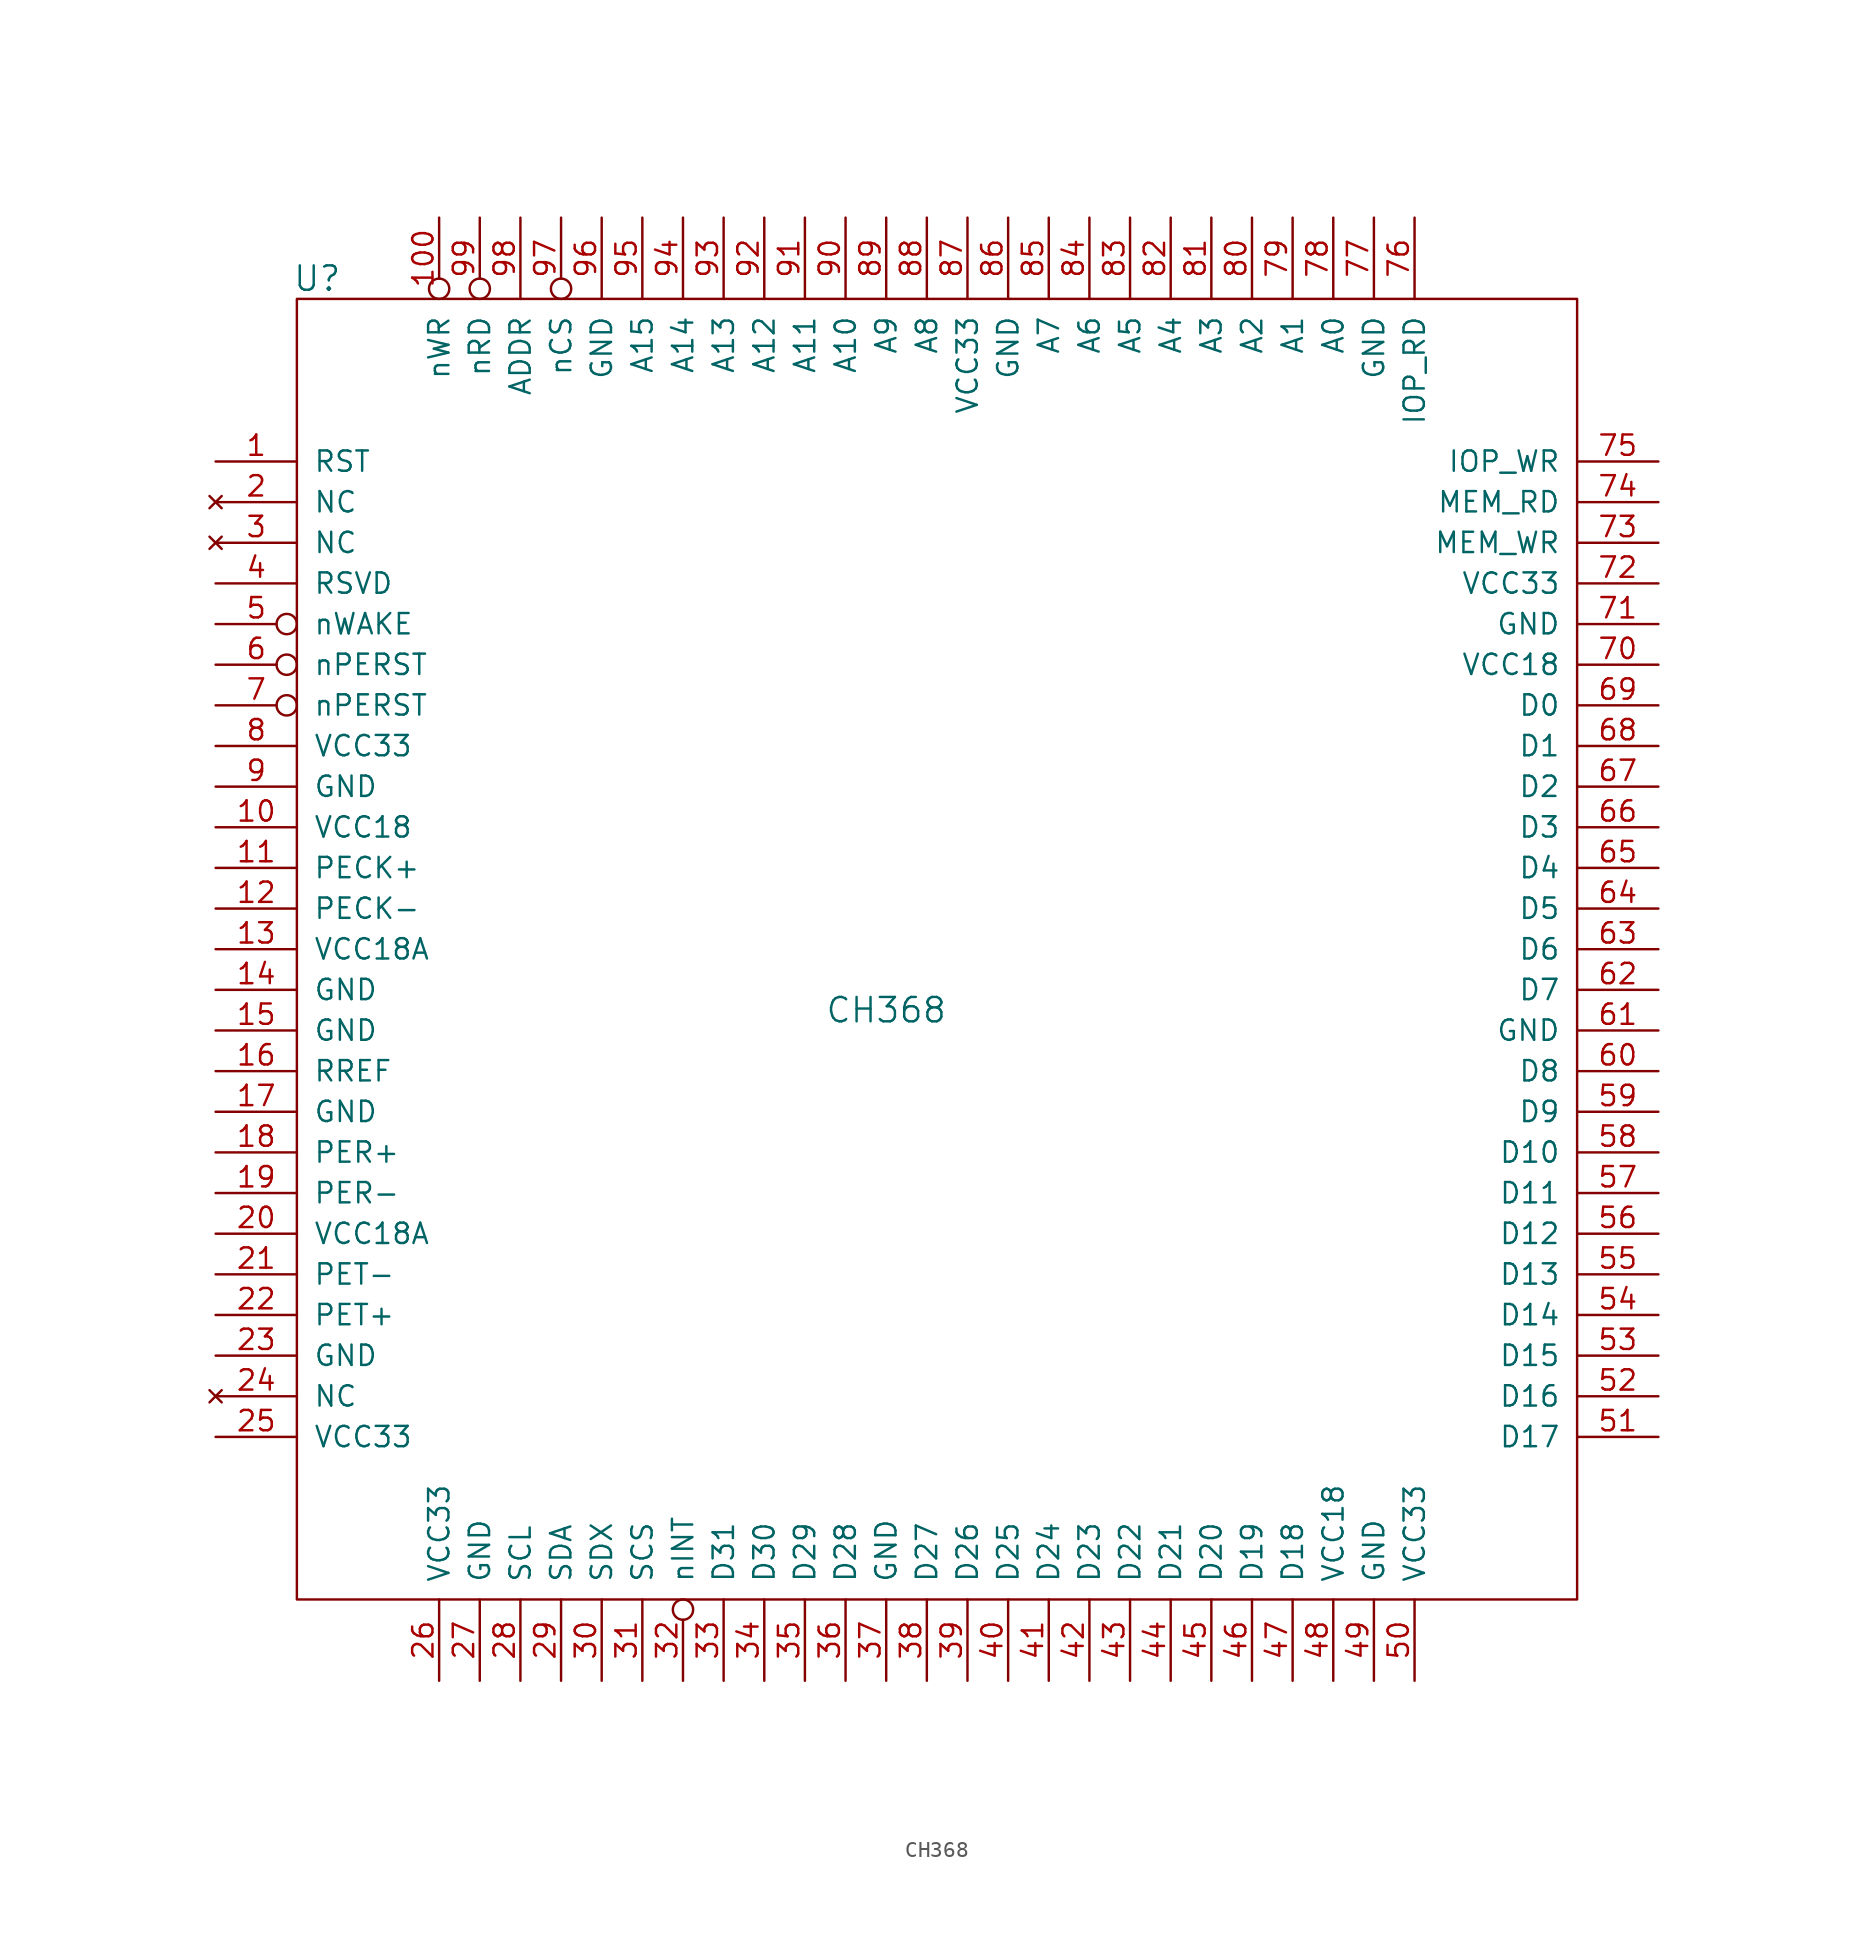
<source format=kicad_sym>
(kicad_symbol_lib
  (version 20220914)
  (generator kicad_symbol_editor)
  (symbol "CH368"
    (pin_names
      (offset 1.016))
    (property "Reference" "U"
      (at -38.1 41.91 0)
      (effects (font (size 1.524 1.524))))
    (property "Value" "CH368"
      (at -2.54 -3.81 0)
      (effects (font (size 1.524 1.524))))
    (property "Footprint" ""
      (at 30.48 29.21 0)
      (effects (font (size 1.524 1.524))))
    (property "Datasheet" ""
      (at 30.48 29.21 0)
      (effects (font (size 1.524 1.524))))
    (symbol "CH368_0_1"
      (rectangle (start -39.37 40.64) (end 40.64 -40.64) (stroke (width 0) (type default)) (fill (type none))))
    (symbol "CH368_1_1"
      (pin input line (at -44.45 30.48 0) (length 5.08) (name "RST" (effects (font (size 1.27 1.27)))) (number "1" (effects (font (size 1.27 1.27)))))
      (pin input line (at -44.45 7.62 0) (length 5.08) (name "VCC18" (effects (font (size 1.27 1.27)))) (number "10" (effects (font (size 1.27 1.27)))))
      (pin input inverted (at -30.48 45.72 270) (length 5.08) (name "nWR" (effects (font (size 1.27 1.27)))) (number "100" (effects (font (size 1.27 1.27)))))
      (pin input line (at -44.45 5.08 0) (length 5.08) (name "PECK+" (effects (font (size 1.27 1.27)))) (number "11" (effects (font (size 1.27 1.27)))))
      (pin input line (at -44.45 2.54 0) (length 5.08) (name "PECK-" (effects (font (size 1.27 1.27)))) (number "12" (effects (font (size 1.27 1.27)))))
      (pin input line (at -44.45 0 0) (length 5.08) (name "VCC18A" (effects (font (size 1.27 1.27)))) (number "13" (effects (font (size 1.27 1.27)))))
      (pin power_in line (at -44.45 -2.54 0) (length 5.08) (name "GND" (effects (font (size 1.27 1.27)))) (number "14" (effects (font (size 1.27 1.27)))))
      (pin power_in line (at -44.45 -5.08 0) (length 5.08) (name "GND" (effects (font (size 1.27 1.27)))) (number "15" (effects (font (size 1.27 1.27)))))
      (pin input line (at -44.45 -7.62 0) (length 5.08) (name "RREF" (effects (font (size 1.27 1.27)))) (number "16" (effects (font (size 1.27 1.27)))))
      (pin power_in line (at -44.45 -10.16 0) (length 5.08) (name "GND" (effects (font (size 1.27 1.27)))) (number "17" (effects (font (size 1.27 1.27)))))
      (pin input line (at -44.45 -12.7 0) (length 5.08) (name "PER+" (effects (font (size 1.27 1.27)))) (number "18" (effects (font (size 1.27 1.27)))))
      (pin input line (at -44.45 -15.24 0) (length 5.08) (name "PER-" (effects (font (size 1.27 1.27)))) (number "19" (effects (font (size 1.27 1.27)))))
      (pin no_connect line (at -44.45 27.94 0) (length 5.08) (name "NC" (effects (font (size 1.27 1.27)))) (number "2" (effects (font (size 1.27 1.27)))))
      (pin power_in line (at -44.45 -17.78 0) (length 5.08) (name "VCC18A" (effects (font (size 1.27 1.27)))) (number "20" (effects (font (size 1.27 1.27)))))
      (pin input line (at -44.45 -20.32 0) (length 5.08) (name "PET-" (effects (font (size 1.27 1.27)))) (number "21" (effects (font (size 1.27 1.27)))))
      (pin input line (at -44.45 -22.86 0) (length 5.08) (name "PET+" (effects (font (size 1.27 1.27)))) (number "22" (effects (font (size 1.27 1.27)))))
      (pin power_in line (at -44.45 -25.4 0) (length 5.08) (name "GND" (effects (font (size 1.27 1.27)))) (number "23" (effects (font (size 1.27 1.27)))))
      (pin no_connect line (at -44.45 -27.94 0) (length 5.08) (name "NC" (effects (font (size 1.27 1.27)))) (number "24" (effects (font (size 1.27 1.27)))))
      (pin power_in line (at -44.45 -30.48 0) (length 5.08) (name "VCC33" (effects (font (size 1.27 1.27)))) (number "25" (effects (font (size 1.27 1.27)))))
      (pin power_in line (at -30.48 -45.72 90) (length 5.08) (name "VCC33" (effects (font (size 1.27 1.27)))) (number "26" (effects (font (size 1.27 1.27)))))
      (pin power_in line (at -27.94 -45.72 90) (length 5.08) (name "GND" (effects (font (size 1.27 1.27)))) (number "27" (effects (font (size 1.27 1.27)))))
      (pin input line (at -25.4 -45.72 90) (length 5.08) (name "SCL" (effects (font (size 1.27 1.27)))) (number "28" (effects (font (size 1.27 1.27)))))
      (pin input line (at -22.86 -45.72 90) (length 5.08) (name "SDA" (effects (font (size 1.27 1.27)))) (number "29" (effects (font (size 1.27 1.27)))))
      (pin no_connect line (at -44.45 25.4 0) (length 5.08) (name "NC" (effects (font (size 1.27 1.27)))) (number "3" (effects (font (size 1.27 1.27)))))
      (pin input line (at -20.32 -45.72 90) (length 5.08) (name "SDX" (effects (font (size 1.27 1.27)))) (number "30" (effects (font (size 1.27 1.27)))))
      (pin input line (at -17.78 -45.72 90) (length 5.08) (name "SCS" (effects (font (size 1.27 1.27)))) (number "31" (effects (font (size 1.27 1.27)))))
      (pin input inverted (at -15.24 -45.72 90) (length 5.08) (name "nINT" (effects (font (size 1.27 1.27)))) (number "32" (effects (font (size 1.27 1.27)))))
      (pin input line (at -12.7 -45.72 90) (length 5.08) (name "D31" (effects (font (size 1.27 1.27)))) (number "33" (effects (font (size 1.27 1.27)))))
      (pin input line (at -10.16 -45.72 90) (length 5.08) (name "D30" (effects (font (size 1.27 1.27)))) (number "34" (effects (font (size 1.27 1.27)))))
      (pin input line (at -7.62 -45.72 90) (length 5.08) (name "D29" (effects (font (size 1.27 1.27)))) (number "35" (effects (font (size 1.27 1.27)))))
      (pin input line (at -5.08 -45.72 90) (length 5.08) (name "D28" (effects (font (size 1.27 1.27)))) (number "36" (effects (font (size 1.27 1.27)))))
      (pin power_in line (at -2.54 -45.72 90) (length 5.08) (name "GND" (effects (font (size 1.27 1.27)))) (number "37" (effects (font (size 1.27 1.27)))))
      (pin input line (at 0 -45.72 90) (length 5.08) (name "D27" (effects (font (size 1.27 1.27)))) (number "38" (effects (font (size 1.27 1.27)))))
      (pin input line (at 2.54 -45.72 90) (length 5.08) (name "D26" (effects (font (size 1.27 1.27)))) (number "39" (effects (font (size 1.27 1.27)))))
      (pin input line (at -44.45 22.86 0) (length 5.08) (name "RSVD" (effects (font (size 1.27 1.27)))) (number "4" (effects (font (size 1.27 1.27)))))
      (pin input line (at 5.08 -45.72 90) (length 5.08) (name "D25" (effects (font (size 1.27 1.27)))) (number "40" (effects (font (size 1.27 1.27)))))
      (pin input line (at 7.62 -45.72 90) (length 5.08) (name "D24" (effects (font (size 1.27 1.27)))) (number "41" (effects (font (size 1.27 1.27)))))
      (pin input line (at 10.16 -45.72 90) (length 5.08) (name "D23" (effects (font (size 1.27 1.27)))) (number "42" (effects (font (size 1.27 1.27)))))
      (pin input line (at 12.7 -45.72 90) (length 5.08) (name "D22" (effects (font (size 1.27 1.27)))) (number "43" (effects (font (size 1.27 1.27)))))
      (pin input line (at 15.24 -45.72 90) (length 5.08) (name "D21" (effects (font (size 1.27 1.27)))) (number "44" (effects (font (size 1.27 1.27)))))
      (pin input line (at 17.78 -45.72 90) (length 5.08) (name "D20" (effects (font (size 1.27 1.27)))) (number "45" (effects (font (size 1.27 1.27)))))
      (pin input line (at 20.32 -45.72 90) (length 5.08) (name "D19" (effects (font (size 1.27 1.27)))) (number "46" (effects (font (size 1.27 1.27)))))
      (pin input line (at 22.86 -45.72 90) (length 5.08) (name "D18" (effects (font (size 1.27 1.27)))) (number "47" (effects (font (size 1.27 1.27)))))
      (pin power_in line (at 25.4 -45.72 90) (length 5.08) (name "VCC18" (effects (font (size 1.27 1.27)))) (number "48" (effects (font (size 1.27 1.27)))))
      (pin power_in line (at 27.94 -45.72 90) (length 5.08) (name "GND" (effects (font (size 1.27 1.27)))) (number "49" (effects (font (size 1.27 1.27)))))
      (pin input inverted (at -44.45 20.32 0) (length 5.08) (name "nWAKE" (effects (font (size 1.27 1.27)))) (number "5" (effects (font (size 1.27 1.27)))))
      (pin power_in line (at 30.48 -45.72 90) (length 5.08) (name "VCC33" (effects (font (size 1.27 1.27)))) (number "50" (effects (font (size 1.27 1.27)))))
      (pin input line (at 45.72 -30.48 180) (length 5.08) (name "D17" (effects (font (size 1.27 1.27)))) (number "51" (effects (font (size 1.27 1.27)))))
      (pin input line (at 45.72 -27.94 180) (length 5.08) (name "D16" (effects (font (size 1.27 1.27)))) (number "52" (effects (font (size 1.27 1.27)))))
      (pin input line (at 45.72 -25.4 180) (length 5.08) (name "D15" (effects (font (size 1.27 1.27)))) (number "53" (effects (font (size 1.27 1.27)))))
      (pin input line (at 45.72 -22.86 180) (length 5.08) (name "D14" (effects (font (size 1.27 1.27)))) (number "54" (effects (font (size 1.27 1.27)))))
      (pin input line (at 45.72 -20.32 180) (length 5.08) (name "D13" (effects (font (size 1.27 1.27)))) (number "55" (effects (font (size 1.27 1.27)))))
      (pin input line (at 45.72 -17.78 180) (length 5.08) (name "D12" (effects (font (size 1.27 1.27)))) (number "56" (effects (font (size 1.27 1.27)))))
      (pin input line (at 45.72 -15.24 180) (length 5.08) (name "D11" (effects (font (size 1.27 1.27)))) (number "57" (effects (font (size 1.27 1.27)))))
      (pin input line (at 45.72 -12.7 180) (length 5.08) (name "D10" (effects (font (size 1.27 1.27)))) (number "58" (effects (font (size 1.27 1.27)))))
      (pin input line (at 45.72 -10.16 180) (length 5.08) (name "D9" (effects (font (size 1.27 1.27)))) (number "59" (effects (font (size 1.27 1.27)))))
      (pin input inverted (at -44.45 17.78 0) (length 5.08) (name "nPERST" (effects (font (size 1.27 1.27)))) (number "6" (effects (font (size 1.27 1.27)))))
      (pin input line (at 45.72 -7.62 180) (length 5.08) (name "D8" (effects (font (size 1.27 1.27)))) (number "60" (effects (font (size 1.27 1.27)))))
      (pin power_in line (at 45.72 -5.08 180) (length 5.08) (name "GND" (effects (font (size 1.27 1.27)))) (number "61" (effects (font (size 1.27 1.27)))))
      (pin input line (at 45.72 -2.54 180) (length 5.08) (name "D7" (effects (font (size 1.27 1.27)))) (number "62" (effects (font (size 1.27 1.27)))))
      (pin input line (at 45.72 0 180) (length 5.08) (name "D6" (effects (font (size 1.27 1.27)))) (number "63" (effects (font (size 1.27 1.27)))))
      (pin input line (at 45.72 2.54 180) (length 5.08) (name "D5" (effects (font (size 1.27 1.27)))) (number "64" (effects (font (size 1.27 1.27)))))
      (pin input line (at 45.72 5.08 180) (length 5.08) (name "D4" (effects (font (size 1.27 1.27)))) (number "65" (effects (font (size 1.27 1.27)))))
      (pin input line (at 45.72 7.62 180) (length 5.08) (name "D3" (effects (font (size 1.27 1.27)))) (number "66" (effects (font (size 1.27 1.27)))))
      (pin input line (at 45.72 10.16 180) (length 5.08) (name "D2" (effects (font (size 1.27 1.27)))) (number "67" (effects (font (size 1.27 1.27)))))
      (pin input line (at 45.72 12.7 180) (length 5.08) (name "D1" (effects (font (size 1.27 1.27)))) (number "68" (effects (font (size 1.27 1.27)))))
      (pin input line (at 45.72 15.24 180) (length 5.08) (name "D0" (effects (font (size 1.27 1.27)))) (number "69" (effects (font (size 1.27 1.27)))))
      (pin input inverted (at -44.45 15.24 0) (length 5.08) (name "nPERST" (effects (font (size 1.27 1.27)))) (number "7" (effects (font (size 1.27 1.27)))))
      (pin power_in line (at 45.72 17.78 180) (length 5.08) (name "VCC18" (effects (font (size 1.27 1.27)))) (number "70" (effects (font (size 1.27 1.27)))))
      (pin power_in line (at 45.72 20.32 180) (length 5.08) (name "GND" (effects (font (size 1.27 1.27)))) (number "71" (effects (font (size 1.27 1.27)))))
      (pin power_in line (at 45.72 22.86 180) (length 5.08) (name "VCC33" (effects (font (size 1.27 1.27)))) (number "72" (effects (font (size 1.27 1.27)))))
      (pin input line (at 45.72 25.4 180) (length 5.08) (name "MEM_WR" (effects (font (size 1.27 1.27)))) (number "73" (effects (font (size 1.27 1.27)))))
      (pin input line (at 45.72 27.94 180) (length 5.08) (name "MEM_RD" (effects (font (size 1.27 1.27)))) (number "74" (effects (font (size 1.27 1.27)))))
      (pin input line (at 45.72 30.48 180) (length 5.08) (name "IOP_WR" (effects (font (size 1.27 1.27)))) (number "75" (effects (font (size 1.27 1.27)))))
      (pin input line (at 30.48 45.72 270) (length 5.08) (name "IOP_RD" (effects (font (size 1.27 1.27)))) (number "76" (effects (font (size 1.27 1.27)))))
      (pin power_in line (at 27.94 45.72 270) (length 5.08) (name "GND" (effects (font (size 1.27 1.27)))) (number "77" (effects (font (size 1.27 1.27)))))
      (pin input line (at 25.4 45.72 270) (length 5.08) (name "A0" (effects (font (size 1.27 1.27)))) (number "78" (effects (font (size 1.27 1.27)))))
      (pin input line (at 22.86 45.72 270) (length 5.08) (name "A1" (effects (font (size 1.27 1.27)))) (number "79" (effects (font (size 1.27 1.27)))))
      (pin power_in line (at -44.45 12.7 0) (length 5.08) (name "VCC33" (effects (font (size 1.27 1.27)))) (number "8" (effects (font (size 1.27 1.27)))))
      (pin input line (at 20.32 45.72 270) (length 5.08) (name "A2" (effects (font (size 1.27 1.27)))) (number "80" (effects (font (size 1.27 1.27)))))
      (pin input line (at 17.78 45.72 270) (length 5.08) (name "A3" (effects (font (size 1.27 1.27)))) (number "81" (effects (font (size 1.27 1.27)))))
      (pin input line (at 15.24 45.72 270) (length 5.08) (name "A4" (effects (font (size 1.27 1.27)))) (number "82" (effects (font (size 1.27 1.27)))))
      (pin input line (at 12.7 45.72 270) (length 5.08) (name "A5" (effects (font (size 1.27 1.27)))) (number "83" (effects (font (size 1.27 1.27)))))
      (pin input line (at 10.16 45.72 270) (length 5.08) (name "A6" (effects (font (size 1.27 1.27)))) (number "84" (effects (font (size 1.27 1.27)))))
      (pin input line (at 7.62 45.72 270) (length 5.08) (name "A7" (effects (font (size 1.27 1.27)))) (number "85" (effects (font (size 1.27 1.27)))))
      (pin power_in line (at 5.08 45.72 270) (length 5.08) (name "GND" (effects (font (size 1.27 1.27)))) (number "86" (effects (font (size 1.27 1.27)))))
      (pin power_in line (at 2.54 45.72 270) (length 5.08) (name "VCC33" (effects (font (size 1.27 1.27)))) (number "87" (effects (font (size 1.27 1.27)))))
      (pin input line (at 0 45.72 270) (length 5.08) (name "A8" (effects (font (size 1.27 1.27)))) (number "88" (effects (font (size 1.27 1.27)))))
      (pin input line (at -2.54 45.72 270) (length 5.08) (name "A9" (effects (font (size 1.27 1.27)))) (number "89" (effects (font (size 1.27 1.27)))))
      (pin power_in line (at -44.45 10.16 0) (length 5.08) (name "GND" (effects (font (size 1.27 1.27)))) (number "9" (effects (font (size 1.27 1.27)))))
      (pin input line (at -5.08 45.72 270) (length 5.08) (name "A10" (effects (font (size 1.27 1.27)))) (number "90" (effects (font (size 1.27 1.27)))))
      (pin input line (at -7.62 45.72 270) (length 5.08) (name "A11" (effects (font (size 1.27 1.27)))) (number "91" (effects (font (size 1.27 1.27)))))
      (pin input line (at -10.16 45.72 270) (length 5.08) (name "A12" (effects (font (size 1.27 1.27)))) (number "92" (effects (font (size 1.27 1.27)))))
      (pin input line (at -12.7 45.72 270) (length 5.08) (name "A13" (effects (font (size 1.27 1.27)))) (number "93" (effects (font (size 1.27 1.27)))))
      (pin input line (at -15.24 45.72 270) (length 5.08) (name "A14" (effects (font (size 1.27 1.27)))) (number "94" (effects (font (size 1.27 1.27)))))
      (pin input line (at -17.78 45.72 270) (length 5.08) (name "A15" (effects (font (size 1.27 1.27)))) (number "95" (effects (font (size 1.27 1.27)))))
      (pin power_in line (at -20.32 45.72 270) (length 5.08) (name "GND" (effects (font (size 1.27 1.27)))) (number "96" (effects (font (size 1.27 1.27)))))
      (pin input inverted (at -22.86 45.72 270) (length 5.08) (name "nCS" (effects (font (size 1.27 1.27)))) (number "97" (effects (font (size 1.27 1.27)))))
      (pin input line (at -25.4 45.72 270) (length 5.08) (name "ADDR" (effects (font (size 1.27 1.27)))) (number "98" (effects (font (size 1.27 1.27)))))
      (pin input inverted (at -27.94 45.72 270) (length 5.08) (name "nRD" (effects (font (size 1.27 1.27)))) (number "99" (effects (font (size 1.27 1.27))))))))
</source>
